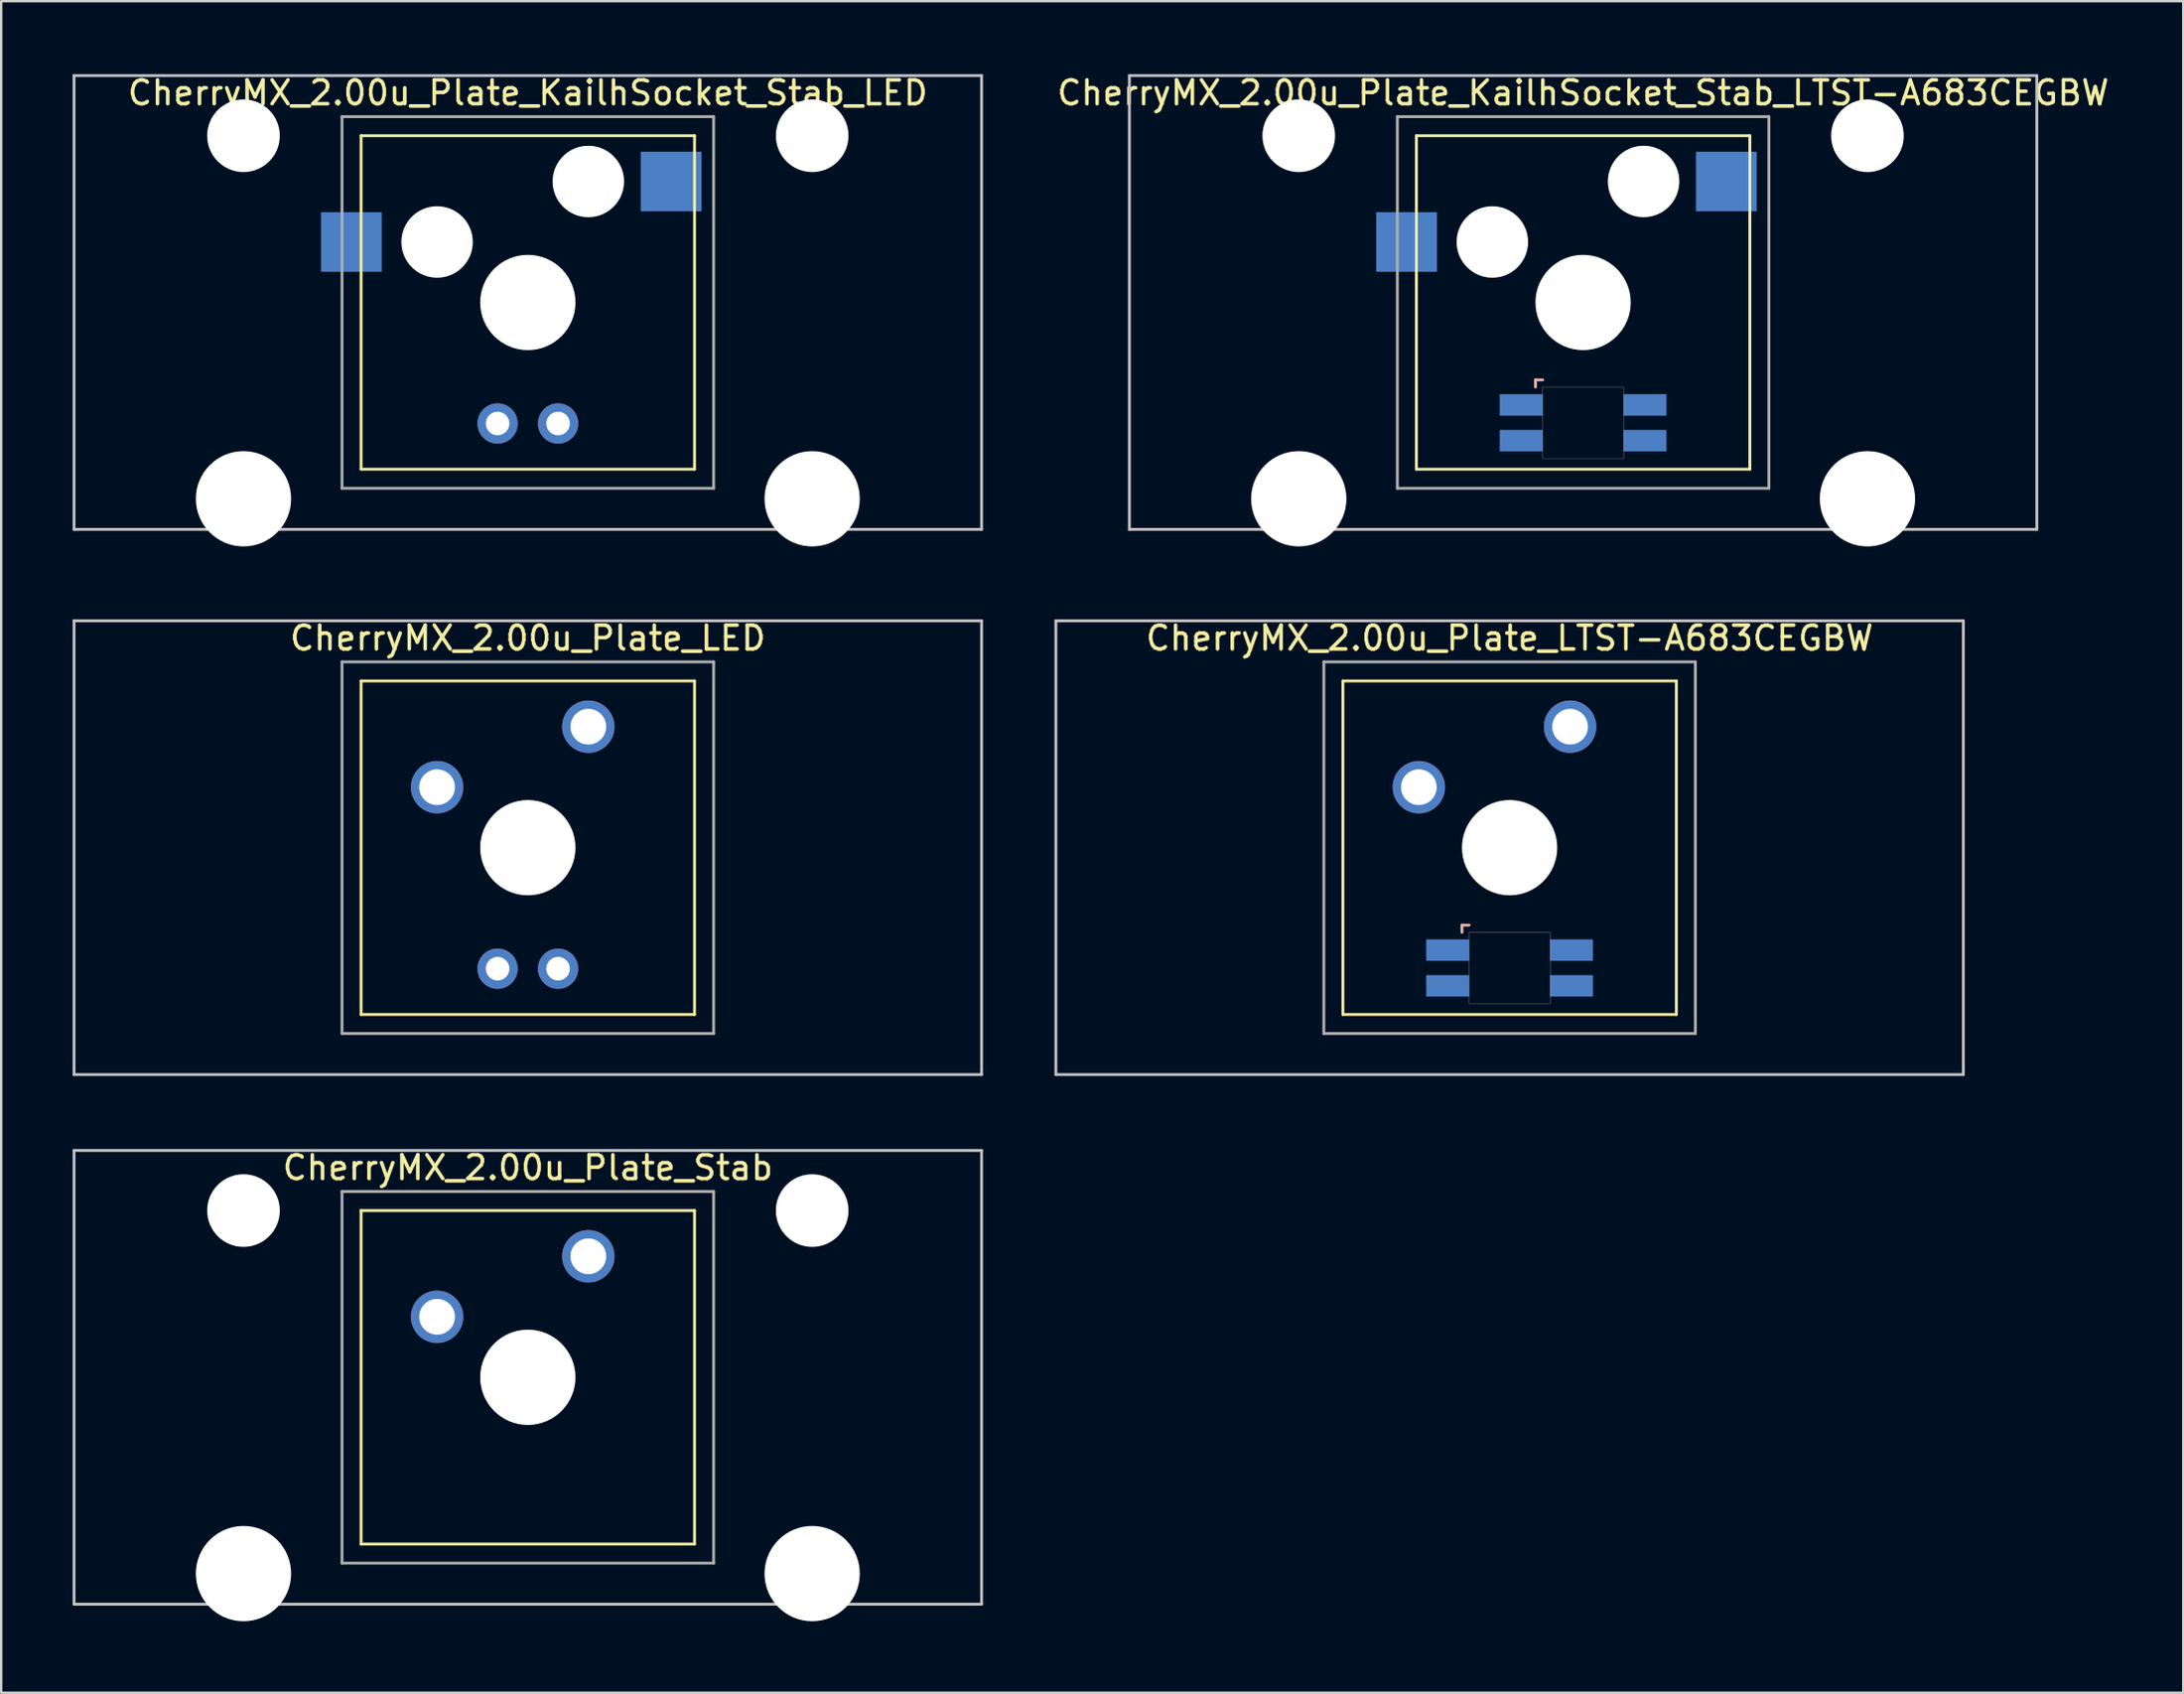
<source format=kicad_pcb>
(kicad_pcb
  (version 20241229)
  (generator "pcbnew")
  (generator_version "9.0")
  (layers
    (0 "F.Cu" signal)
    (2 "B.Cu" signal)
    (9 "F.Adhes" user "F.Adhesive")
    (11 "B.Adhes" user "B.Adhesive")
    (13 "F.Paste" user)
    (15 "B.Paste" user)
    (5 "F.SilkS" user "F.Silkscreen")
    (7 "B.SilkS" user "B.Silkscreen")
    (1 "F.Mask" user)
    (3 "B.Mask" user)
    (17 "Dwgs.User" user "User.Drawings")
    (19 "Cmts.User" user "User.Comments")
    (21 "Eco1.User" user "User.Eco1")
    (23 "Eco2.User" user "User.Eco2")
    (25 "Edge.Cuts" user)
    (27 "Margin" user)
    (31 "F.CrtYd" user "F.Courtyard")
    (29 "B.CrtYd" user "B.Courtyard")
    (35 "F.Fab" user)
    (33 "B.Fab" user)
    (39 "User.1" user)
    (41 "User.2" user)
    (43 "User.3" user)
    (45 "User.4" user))
  (footprint "CherryMX_2.00u_Plate_LED"
    (layer "F.Cu")
    (at 19.11 32.536)
    (property "Reference" "CherryMX_2.00u_Plate_LED" (at 0 -8.8 0) (layer "F.SilkS") (effects (font (size 1 1) (thickness 0.15))))
    (attr through_hole)
    (fp_line (start -7 -7) (end -7 7) (stroke (width 0.12) (type solid)) (layer "F.SilkS"))
    (fp_line (start -7 -7) (end 7 -7) (stroke (width 0.12) (type solid)) (layer "F.SilkS"))
    (fp_line (start 7 -7) (end 7 7) (stroke (width 0.12) (type solid)) (layer "F.SilkS"))
    (fp_line (start 7 7) (end -7 7) (stroke (width 0.12) (type solid)) (layer "F.SilkS"))
    (fp_line (start -19.05 -9.525) (end 19.05 -9.525) (stroke (width 0.12) (type solid)) (layer "Dwgs.User"))
    (fp_line (start -19.05 9.525) (end -19.05 -9.525) (stroke (width 0.12) (type solid)) (layer "Dwgs.User"))
    (fp_line (start 19.05 -9.525) (end 19.05 9.525) (stroke (width 0.12) (type solid)) (layer "Dwgs.User"))
    (fp_line (start 19.05 9.525) (end -19.05 9.525) (stroke (width 0.12) (type solid)) (layer "Dwgs.User"))
    (fp_line (start -7.8 -7.8) (end -7.8 7.8) (stroke (width 0.12) (type solid)) (layer "F.Fab"))
    (fp_line (start -7.8 -7.8) (end 7.8 -7.8) (stroke (width 0.12) (type solid)) (layer "F.Fab"))
    (fp_line (start -7.8 7.8) (end 7.8 7.8) (stroke (width 0.12) (type solid)) (layer "F.Fab"))
    (fp_line (start 7.8 -7.8) (end 7.8 7.8) (stroke (width 0.12) (type solid)) (layer "F.Fab"))
    (pad "" np_thru_hole circle (at 0 0) (size 4 4) (drill 4) (layers "*.Cu" "*.Mask"))
    (pad "1" thru_hole circle (at -3.81 -2.54) (size 2.2 2.2) (drill 1.5) (layers "*.Cu" "*.Mask"))
    (pad "2" thru_hole circle (at 2.54 -5.08) (size 2.2 2.2) (drill 1.5) (layers "*.Cu" "*.Mask"))
    (pad "3" thru_hole circle (at -1.27 5.08) (size 1.691 1.691) (drill 0.991) (layers "*.Cu" "*.Mask"))
    (pad "4" thru_hole circle (at 1.27 5.08) (size 1.691 1.691) (drill 0.991) (layers "*.Cu" "*.Mask")))
  (footprint "CherryMX_2.00u_Plate_LTST-A683CEGBW"
    (layer "F.Cu")
    (at 60.33 32.536)
    (property "Reference" "CherryMX_2.00u_Plate_LTST-A683CEGBW" (at 0 -8.8 0) (layer "F.SilkS") (effects (font (size 1 1) (thickness 0.15))))
    (attr through_hole)
    (fp_line (start -7 -7) (end -7 7) (stroke (width 0.12) (type solid)) (layer "F.SilkS"))
    (fp_line (start -7 -7) (end 7 -7) (stroke (width 0.12) (type solid)) (layer "F.SilkS"))
    (fp_line (start 7 -7) (end 7 7) (stroke (width 0.12) (type solid)) (layer "F.SilkS"))
    (fp_line (start 7 7) (end -7 7) (stroke (width 0.12) (type solid)) (layer "F.SilkS"))
    (fp_line (start -2 3.25) (end -2 3.55) (stroke (width 0.12) (type solid)) (layer "B.SilkS"))
    (fp_line (start -1.7 3.25) (end -2 3.25) (stroke (width 0.12) (type solid)) (layer "B.SilkS"))
    (fp_line (start -19.05 -9.525) (end 19.05 -9.525) (stroke (width 0.12) (type solid)) (layer "Dwgs.User"))
    (fp_line (start -19.05 9.525) (end -19.05 -9.525) (stroke (width 0.12) (type solid)) (layer "Dwgs.User"))
    (fp_line (start 19.05 -9.525) (end 19.05 9.525) (stroke (width 0.12) (type solid)) (layer "Dwgs.User"))
    (fp_line (start 19.05 9.525) (end -19.05 9.525) (stroke (width 0.12) (type solid)) (layer "Dwgs.User"))
    (fp_poly (pts (xy 1.7 6.55) (xy -1.7 6.55) (xy -1.7 3.55) (xy 1.7 3.55)) (stroke (width 0.01) (type solid)) (fill no) (layer "Edge.Cuts"))
    (fp_line (start -7.8 -7.8) (end -7.8 7.8) (stroke (width 0.12) (type solid)) (layer "F.Fab"))
    (fp_line (start -7.8 -7.8) (end 7.8 -7.8) (stroke (width 0.12) (type solid)) (layer "F.Fab"))
    (fp_line (start -7.8 7.8) (end 7.8 7.8) (stroke (width 0.12) (type solid)) (layer "F.Fab"))
    (fp_line (start 7.8 -7.8) (end 7.8 7.8) (stroke (width 0.12) (type solid)) (layer "F.Fab"))
    (pad "" np_thru_hole circle (at 0 0) (size 4 4) (drill 4) (layers "*.Cu" "*.Mask"))
    (pad "1" thru_hole circle (at -3.81 -2.54) (size 2.2 2.2) (drill 1.5) (layers "*.Cu" "*.Mask"))
    (pad "2" thru_hole circle (at 2.54 -5.08) (size 2.2 2.2) (drill 1.5) (layers "*.Cu" "*.Mask"))
    (pad "3" smd rect (at -2.6 4.3) (size 1.8 0.9) (layers "B.Cu" "B.Mask" "B.Paste"))
    (pad "4" smd rect (at -2.6 5.8) (size 1.8 0.9) (layers "B.Cu" "B.Mask" "B.Paste"))
    (pad "5" smd rect (at 2.6 4.3) (size 1.8 0.9) (layers "B.Cu" "B.Mask" "B.Paste"))
    (pad "6" smd rect (at 2.6 5.8) (size 1.8 0.9) (layers "B.Cu" "B.Mask" "B.Paste")))
  (footprint "CherryMX_2.00u_Plate_KailhSocket_Stab_LED"
    (layer "F.Cu")
    (at 19.11 9.648)
    (property "Reference" "CherryMX_2.00u_Plate_KailhSocket_Stab_LED" (at 0 -8.8 0) (layer "F.SilkS") (effects (font (size 1 1) (thickness 0.15))))
    (attr through_hole)
    (fp_line (start -7 -7) (end -7 7) (stroke (width 0.12) (type solid)) (layer "F.SilkS"))
    (fp_line (start -7 -7) (end 7 -7) (stroke (width 0.12) (type solid)) (layer "F.SilkS"))
    (fp_line (start 7 -7) (end 7 7) (stroke (width 0.12) (type solid)) (layer "F.SilkS"))
    (fp_line (start 7 7) (end -7 7) (stroke (width 0.12) (type solid)) (layer "F.SilkS"))
    (fp_line (start -19.05 -9.525) (end 19.05 -9.525) (stroke (width 0.12) (type solid)) (layer "Dwgs.User"))
    (fp_line (start -19.05 9.525) (end -19.05 -9.525) (stroke (width 0.12) (type solid)) (layer "Dwgs.User"))
    (fp_line (start 19.05 -9.525) (end 19.05 9.525) (stroke (width 0.12) (type solid)) (layer "Dwgs.User"))
    (fp_line (start 19.05 9.525) (end -19.05 9.525) (stroke (width 0.12) (type solid)) (layer "Dwgs.User"))
    (fp_line (start -7.8 -7.8) (end -7.8 7.8) (stroke (width 0.12) (type solid)) (layer "F.Fab"))
    (fp_line (start -7.8 -7.8) (end 7.8 -7.8) (stroke (width 0.12) (type solid)) (layer "F.Fab"))
    (fp_line (start -7.8 7.8) (end 7.8 7.8) (stroke (width 0.12) (type solid)) (layer "F.Fab"))
    (fp_line (start 7.8 -7.8) (end 7.8 7.8) (stroke (width 0.12) (type solid)) (layer "F.Fab"))
    (pad "" np_thru_hole circle (at -11.938 -7) (size 3.05 3.05) (drill 3.05) (layers "*.Cu" "*.Mask"))
    (pad "" np_thru_hole circle (at -11.938 8.24) (size 4 4) (drill 4) (layers "*.Cu" "*.Mask"))
    (pad "" np_thru_hole circle (at -3.81 -2.54) (size 3 3) (drill 3) (layers "*.Cu" "*.Mask"))
    (pad "" np_thru_hole circle (at 0 0) (size 4 4) (drill 4) (layers "*.Cu" "*.Mask"))
    (pad "" np_thru_hole circle (at 2.54 -5.08) (size 3 3) (drill 3) (layers "*.Cu" "*.Mask"))
    (pad "" np_thru_hole circle (at 11.938 -7) (size 3.05 3.05) (drill 3.05) (layers "*.Cu" "*.Mask"))
    (pad "" np_thru_hole circle (at 11.938 8.24) (size 4 4) (drill 4) (layers "*.Cu" "*.Mask"))
    (pad "1" smd rect (at -7.41 -2.54) (size 2.55 2.5) (layers "B.Cu" "B.Mask" "B.Paste"))
    (pad "2" smd rect (at 6.015 -5.08) (size 2.55 2.5) (layers "B.Cu" "B.Mask" "B.Paste"))
    (pad "3" thru_hole circle (at -1.27 5.08) (size 1.691 1.691) (drill 0.991) (layers "*.Cu" "*.Mask"))
    (pad "4" thru_hole circle (at 1.27 5.08) (size 1.691 1.691) (drill 0.991) (layers "*.Cu" "*.Mask")))
  (footprint "CherryMX_2.00u_Plate_Stab"
    (layer "F.Cu")
    (at 19.11 54.77)
    (property "Reference" "CherryMX_2.00u_Plate_Stab" (at 0 -8.8 0) (layer "F.SilkS") (effects (font (size 1 1) (thickness 0.15))))
    (attr through_hole)
    (fp_line (start -7 -7) (end -7 7) (stroke (width 0.12) (type solid)) (layer "F.SilkS"))
    (fp_line (start -7 -7) (end 7 -7) (stroke (width 0.12) (type solid)) (layer "F.SilkS"))
    (fp_line (start 7 -7) (end 7 7) (stroke (width 0.12) (type solid)) (layer "F.SilkS"))
    (fp_line (start 7 7) (end -7 7) (stroke (width 0.12) (type solid)) (layer "F.SilkS"))
    (fp_line (start -19.05 -9.525) (end 19.05 -9.525) (stroke (width 0.12) (type solid)) (layer "Dwgs.User"))
    (fp_line (start -19.05 9.525) (end -19.05 -9.525) (stroke (width 0.12) (type solid)) (layer "Dwgs.User"))
    (fp_line (start 19.05 -9.525) (end 19.05 9.525) (stroke (width 0.12) (type solid)) (layer "Dwgs.User"))
    (fp_line (start 19.05 9.525) (end -19.05 9.525) (stroke (width 0.12) (type solid)) (layer "Dwgs.User"))
    (fp_line (start -7.8 -7.8) (end -7.8 7.8) (stroke (width 0.12) (type solid)) (layer "F.Fab"))
    (fp_line (start -7.8 -7.8) (end 7.8 -7.8) (stroke (width 0.12) (type solid)) (layer "F.Fab"))
    (fp_line (start -7.8 7.8) (end 7.8 7.8) (stroke (width 0.12) (type solid)) (layer "F.Fab"))
    (fp_line (start 7.8 -7.8) (end 7.8 7.8) (stroke (width 0.12) (type solid)) (layer "F.Fab"))
    (pad "" np_thru_hole circle (at -11.938 -7) (size 3.05 3.05) (drill 3.05) (layers "*.Cu" "*.Mask"))
    (pad "" np_thru_hole circle (at -11.938 8.24) (size 4 4) (drill 4) (layers "*.Cu" "*.Mask"))
    (pad "" np_thru_hole circle (at 0 0) (size 4 4) (drill 4) (layers "*.Cu" "*.Mask"))
    (pad "" np_thru_hole circle (at 11.938 -7) (size 3.05 3.05) (drill 3.05) (layers "*.Cu" "*.Mask"))
    (pad "" np_thru_hole circle (at 11.938 8.24) (size 4 4) (drill 4) (layers "*.Cu" "*.Mask"))
    (pad "1" thru_hole circle (at -3.81 -2.54) (size 2.2 2.2) (drill 1.5) (layers "*.Cu" "*.Mask"))
    (pad "2" thru_hole circle (at 2.54 -5.08) (size 2.2 2.2) (drill 1.5) (layers "*.Cu" "*.Mask")))
  (footprint "CherryMX_2.00u_Plate_KailhSocket_Stab_LTST-A683CEGBW"
    (layer "F.Cu")
    (at 63.416 9.648)
    (property "Reference" "CherryMX_2.00u_Plate_KailhSocket_Stab_LTST-A683CEGBW" (at 0 -8.8 0) (layer "F.SilkS") (effects (font (size 1 1) (thickness 0.15))))
    (attr through_hole)
    (fp_line (start -7 -7) (end -7 7) (stroke (width 0.12) (type solid)) (layer "F.SilkS"))
    (fp_line (start -7 -7) (end 7 -7) (stroke (width 0.12) (type solid)) (layer "F.SilkS"))
    (fp_line (start 7 -7) (end 7 7) (stroke (width 0.12) (type solid)) (layer "F.SilkS"))
    (fp_line (start 7 7) (end -7 7) (stroke (width 0.12) (type solid)) (layer "F.SilkS"))
    (fp_line (start -2 3.25) (end -2 3.55) (stroke (width 0.12) (type solid)) (layer "B.SilkS"))
    (fp_line (start -1.7 3.25) (end -2 3.25) (stroke (width 0.12) (type solid)) (layer "B.SilkS"))
    (fp_line (start -19.05 -9.525) (end 19.05 -9.525) (stroke (width 0.12) (type solid)) (layer "Dwgs.User"))
    (fp_line (start -19.05 9.525) (end -19.05 -9.525) (stroke (width 0.12) (type solid)) (layer "Dwgs.User"))
    (fp_line (start 19.05 -9.525) (end 19.05 9.525) (stroke (width 0.12) (type solid)) (layer "Dwgs.User"))
    (fp_line (start 19.05 9.525) (end -19.05 9.525) (stroke (width 0.12) (type solid)) (layer "Dwgs.User"))
    (fp_poly (pts (xy 1.7 6.55) (xy -1.7 6.55) (xy -1.7 3.55) (xy 1.7 3.55)) (stroke (width 0.01) (type solid)) (fill no) (layer "Edge.Cuts"))
    (fp_line (start -7.8 -7.8) (end -7.8 7.8) (stroke (width 0.12) (type solid)) (layer "F.Fab"))
    (fp_line (start -7.8 -7.8) (end 7.8 -7.8) (stroke (width 0.12) (type solid)) (layer "F.Fab"))
    (fp_line (start -7.8 7.8) (end 7.8 7.8) (stroke (width 0.12) (type solid)) (layer "F.Fab"))
    (fp_line (start 7.8 -7.8) (end 7.8 7.8) (stroke (width 0.12) (type solid)) (layer "F.Fab"))
    (pad "" np_thru_hole circle (at -11.938 -7) (size 3.05 3.05) (drill 3.05) (layers "*.Cu" "*.Mask"))
    (pad "" np_thru_hole circle (at -11.938 8.24) (size 4 4) (drill 4) (layers "*.Cu" "*.Mask"))
    (pad "" np_thru_hole circle (at -3.81 -2.54) (size 3 3) (drill 3) (layers "*.Cu" "*.Mask"))
    (pad "" np_thru_hole circle (at 0 0) (size 4 4) (drill 4) (layers "*.Cu" "*.Mask"))
    (pad "" np_thru_hole circle (at 2.54 -5.08) (size 3 3) (drill 3) (layers "*.Cu" "*.Mask"))
    (pad "" np_thru_hole circle (at 11.938 -7) (size 3.05 3.05) (drill 3.05) (layers "*.Cu" "*.Mask"))
    (pad "" np_thru_hole circle (at 11.938 8.24) (size 4 4) (drill 4) (layers "*.Cu" "*.Mask"))
    (pad "1" smd rect (at -7.41 -2.54) (size 2.55 2.5) (layers "B.Cu" "B.Mask" "B.Paste"))
    (pad "2" smd rect (at 6.015 -5.08) (size 2.55 2.5) (layers "B.Cu" "B.Mask" "B.Paste"))
    (pad "3" smd rect (at -2.6 4.3) (size 1.8 0.9) (layers "B.Cu" "B.Mask" "B.Paste"))
    (pad "4" smd rect (at -2.6 5.8) (size 1.8 0.9) (layers "B.Cu" "B.Mask" "B.Paste"))
    (pad "5" smd rect (at 2.6 4.3) (size 1.8 0.9) (layers "B.Cu" "B.Mask" "B.Paste"))
    (pad "6" smd rect (at 2.6 5.8) (size 1.8 0.9) (layers "B.Cu" "B.Mask" "B.Paste")))
  (gr_rect
    (start -3 -3)
    (end 88.613 68.01)
    (stroke (width 0.1) (type default))
    (fill no)
    (layer "Edge.Cuts")))
</source>
